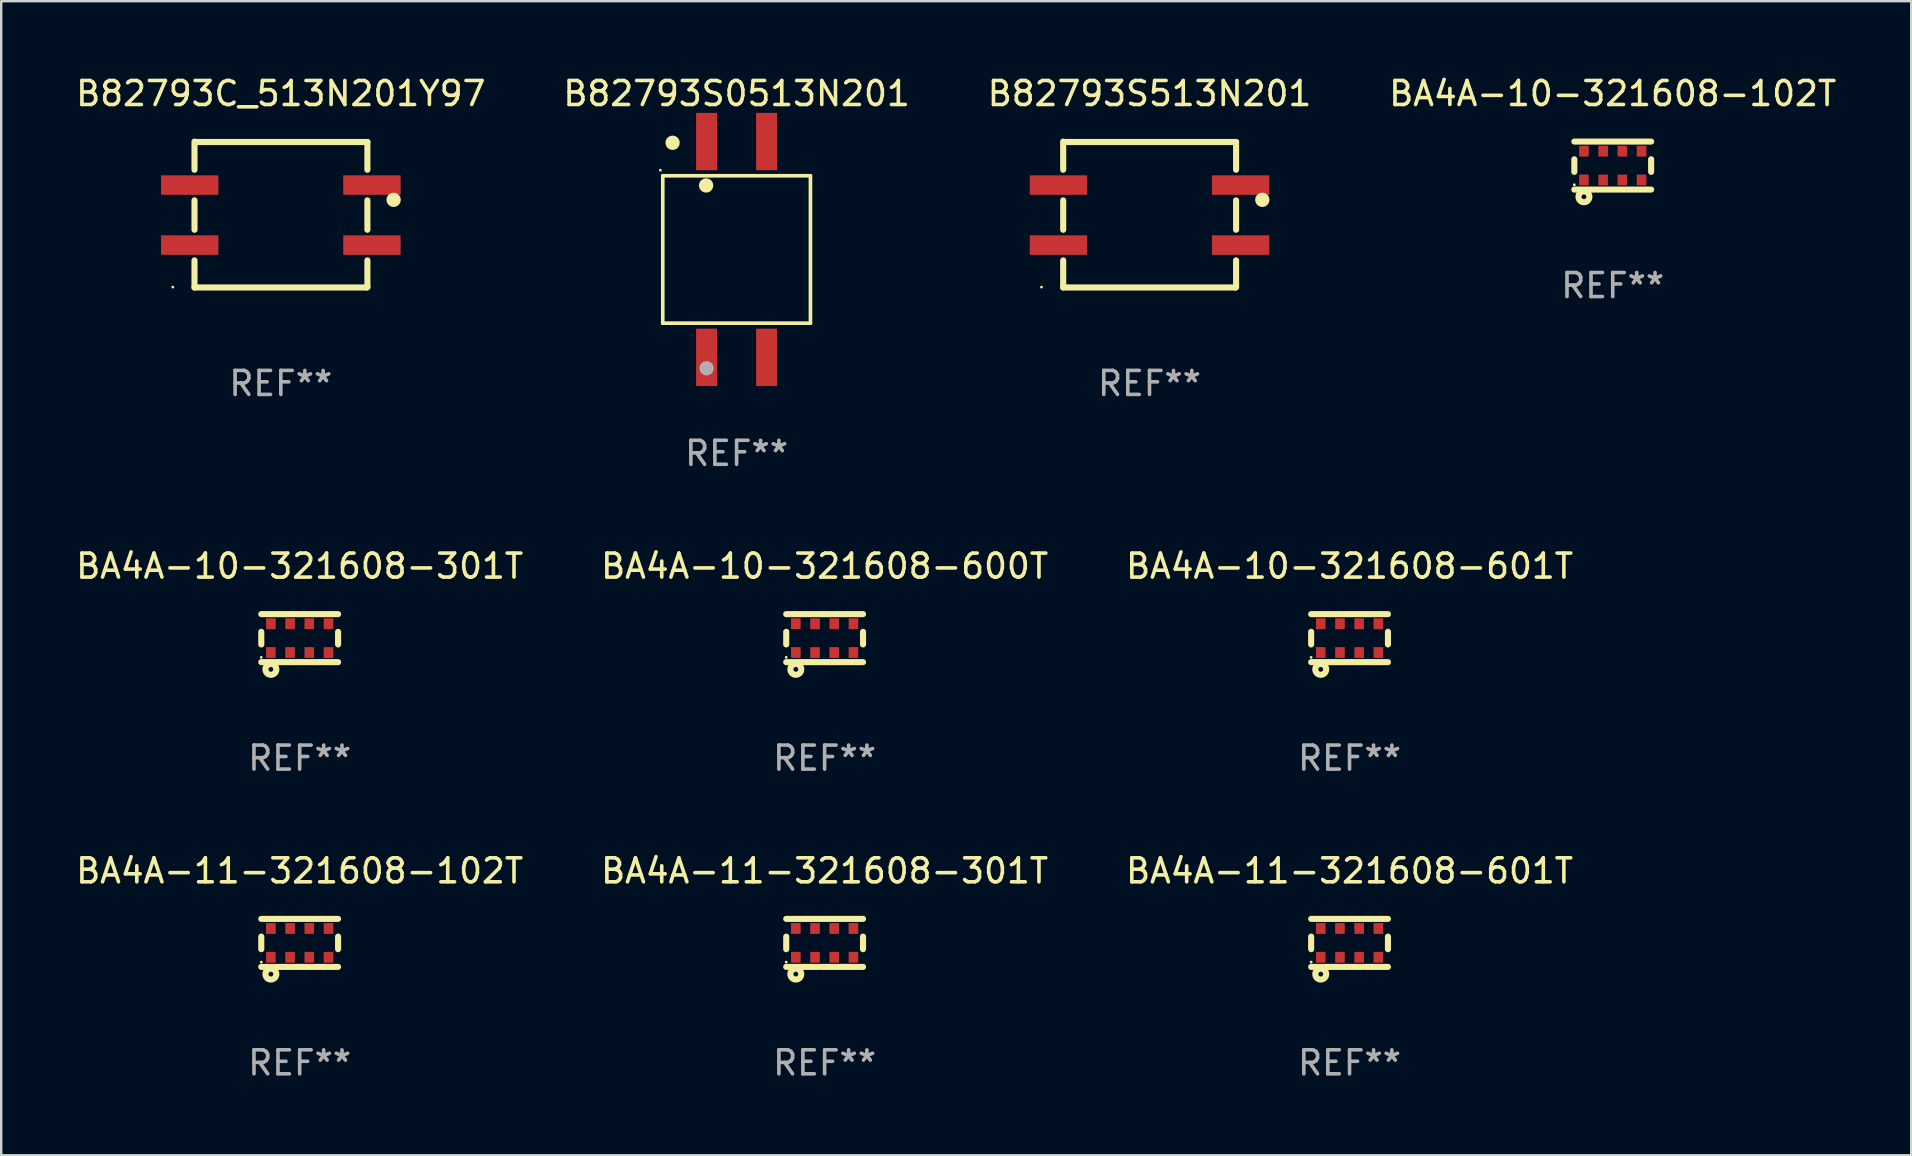
<source format=kicad_pcb>
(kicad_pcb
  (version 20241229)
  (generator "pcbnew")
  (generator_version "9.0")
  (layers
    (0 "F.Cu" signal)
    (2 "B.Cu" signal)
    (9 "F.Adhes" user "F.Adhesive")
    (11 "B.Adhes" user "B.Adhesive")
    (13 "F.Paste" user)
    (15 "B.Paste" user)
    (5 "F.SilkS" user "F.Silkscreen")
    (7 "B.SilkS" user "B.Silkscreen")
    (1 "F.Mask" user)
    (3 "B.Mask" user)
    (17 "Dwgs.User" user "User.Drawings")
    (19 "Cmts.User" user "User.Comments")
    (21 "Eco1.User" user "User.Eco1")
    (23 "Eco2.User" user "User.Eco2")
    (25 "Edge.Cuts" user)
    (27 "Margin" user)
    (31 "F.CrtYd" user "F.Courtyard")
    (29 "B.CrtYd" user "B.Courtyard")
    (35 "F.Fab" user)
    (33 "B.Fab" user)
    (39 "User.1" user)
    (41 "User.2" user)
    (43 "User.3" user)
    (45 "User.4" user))
  (footprint "BA4A-10-321608-102T"
    (layer "F.Cu")
    (at 64.137 3.848)
    (property "Reference" "BA4A-10-321608-102T" (at 0 -3 0) (layer "F.SilkS") (effects (font (size 1 1) (thickness 0.15))))
    (attr through_hole)
    (fp_line (start -1.6 0.262) (end -1.6 -0.262) (stroke (width 0.254) (type solid)) (layer "F.SilkS"))
    (fp_line (start -1.6 -1) (end 1.6 -1) (stroke (width 0.254) (type solid)) (layer "F.SilkS"))
    (fp_line (start -1.6 1) (end 1.6 1) (stroke (width 0.254) (type solid)) (layer "F.SilkS"))
    (fp_line (start 1.6 0.262) (end 1.6 -0.262) (stroke (width 0.254) (type solid)) (layer "F.SilkS"))
    (fp_circle (center -1.6 0.8) (end -1.57 0.8) (stroke (width 0.06) (type solid)) (fill no) (layer "F.SilkS"))
    (fp_circle (center -1.2 1.3) (end -1.1 1.3) (stroke (width 0.254) (type solid)) (fill no) (layer "F.SilkS"))
    (fp_text user "REF**" (at 0 5 0) (layer "F.Fab") (effects (font (size 1 1) (thickness 0.15))))
    (pad "1" smd rect (at -1.2 0.6 90) (size 0.45 0.4) (layers "F.Cu" "F.Mask" "F.Paste"))
    (pad "2" smd rect (at -1.2 -0.6 90) (size 0.45 0.4) (layers "F.Cu" "F.Mask" "F.Paste"))
    (pad "3" smd rect (at -0.4 0.6 90) (size 0.45 0.4) (layers "F.Cu" "F.Mask" "F.Paste"))
    (pad "4" smd rect (at -0.4 -0.6 90) (size 0.45 0.4) (layers "F.Cu" "F.Mask" "F.Paste"))
    (pad "5" smd rect (at 0.4 0.6 90) (size 0.45 0.4) (layers "F.Cu" "F.Mask" "F.Paste"))
    (pad "6" smd rect (at 0.4 -0.6 90) (size 0.45 0.4) (layers "F.Cu" "F.Mask" "F.Paste"))
    (pad "7" smd rect (at 1.2 0.6 90) (size 0.45 0.4) (layers "F.Cu" "F.Mask" "F.Paste"))
    (pad "8" smd rect (at 1.2 -0.6 90) (size 0.45 0.4) (layers "F.Cu" "F.Mask" "F.Paste")))
  (footprint "B82793C_513N201Y97"
    (layer "F.Cu")
    (at 8.649 5.887)
    (property "Reference" "B82793C_513N201Y97" (at 0 -5.039 0) (layer "F.SilkS") (effects (font (size 1 1) (thickness 0.15))))
    (attr through_hole)
    (fp_line (start -3.596 -3.039) (end -3.596 -1.865) (stroke (width 0.254) (type solid)) (layer "F.SilkS"))
    (fp_line (start -3.596 -0.59) (end -3.596 0.635) (stroke (width 0.254) (type solid)) (layer "F.SilkS"))
    (fp_line (start -3.596 1.91) (end -3.596 3.039) (stroke (width 0.254) (type solid)) (layer "F.SilkS"))
    (fp_line (start -3.596 3.039) (end 3.589 3.039) (stroke (width 0.254) (type solid)) (layer "F.SilkS"))
    (fp_line (start -3.542 -3.021) (end -3.578 -2.984) (stroke (width 0.254) (type solid)) (layer "F.SilkS"))
    (fp_line (start 3.589 3.039) (end 3.607 3.021) (stroke (width 0.254) (type solid)) (layer "F.SilkS"))
    (fp_line (start 3.607 -3.021) (end -3.542 -3.021) (stroke (width 0.254) (type solid)) (layer "F.SilkS"))
    (fp_line (start 3.607 -1.865) (end 3.607 -3.021) (stroke (width 0.254) (type solid)) (layer "F.SilkS"))
    (fp_line (start 3.607 0.635) (end 3.607 -0.59) (stroke (width 0.254) (type solid)) (layer "F.SilkS"))
    (fp_line (start 3.607 3.021) (end 3.607 1.91) (stroke (width 0.254) (type solid)) (layer "F.SilkS"))
    (fp_circle (center -4.5 3.023) (end -4.47 3.023) (stroke (width 0.06) (type solid)) (fill no) (layer "F.SilkS"))
    (fp_circle (center 4.699 -0.612) (end 4.849 -0.612) (stroke (width 0.3) (type solid)) (fill no) (layer "F.SilkS"))
    (fp_text user "REF**" (at 0 7.039 0) (layer "F.Fab") (effects (font (size 1 1) (thickness 0.15))))
    (pad "1" smd rect (at -3.795 1.273 90) (size 0.812 2.39) (layers "F.Cu" "F.Mask" "F.Paste"))
    (pad "2" smd rect (at 3.795 1.273 90) (size 0.812 2.39) (layers "F.Cu" "F.Mask" "F.Paste"))
    (pad "3" smd rect (at 3.795 -1.227 90) (size 0.812 2.39) (layers "F.Cu" "F.Mask" "F.Paste"))
    (pad "4" smd rect (at -3.795 -1.227 90) (size 0.812 2.39) (layers "F.Cu" "F.Mask" "F.Paste")))
  (footprint "BA4A-10-321608-600T"
    (layer "F.Cu")
    (at 31.304 23.535)
    (property "Reference" "BA4A-10-321608-600T" (at 0 -3 0) (layer "F.SilkS") (effects (font (size 1 1) (thickness 0.15))))
    (attr through_hole)
    (fp_line (start -1.6 0.262) (end -1.6 -0.262) (stroke (width 0.254) (type solid)) (layer "F.SilkS"))
    (fp_line (start -1.6 -1) (end 1.6 -1) (stroke (width 0.254) (type solid)) (layer "F.SilkS"))
    (fp_line (start -1.6 1) (end 1.6 1) (stroke (width 0.254) (type solid)) (layer "F.SilkS"))
    (fp_line (start 1.6 0.262) (end 1.6 -0.262) (stroke (width 0.254) (type solid)) (layer "F.SilkS"))
    (fp_circle (center -1.6 0.8) (end -1.57 0.8) (stroke (width 0.06) (type solid)) (fill no) (layer "F.SilkS"))
    (fp_circle (center -1.2 1.3) (end -1.1 1.3) (stroke (width 0.254) (type solid)) (fill no) (layer "F.SilkS"))
    (fp_text user "REF**" (at 0 5 0) (layer "F.Fab") (effects (font (size 1 1) (thickness 0.15))))
    (pad "1" smd rect (at -1.2 0.6 90) (size 0.45 0.4) (layers "F.Cu" "F.Mask" "F.Paste"))
    (pad "2" smd rect (at -1.2 -0.6 90) (size 0.45 0.4) (layers "F.Cu" "F.Mask" "F.Paste"))
    (pad "3" smd rect (at -0.4 0.6 90) (size 0.45 0.4) (layers "F.Cu" "F.Mask" "F.Paste"))
    (pad "4" smd rect (at -0.4 -0.6 90) (size 0.45 0.4) (layers "F.Cu" "F.Mask" "F.Paste"))
    (pad "5" smd rect (at 0.4 0.6 90) (size 0.45 0.4) (layers "F.Cu" "F.Mask" "F.Paste"))
    (pad "6" smd rect (at 0.4 -0.6 90) (size 0.45 0.4) (layers "F.Cu" "F.Mask" "F.Paste"))
    (pad "7" smd rect (at 1.2 0.6 90) (size 0.45 0.4) (layers "F.Cu" "F.Mask" "F.Paste"))
    (pad "8" smd rect (at 1.2 -0.6 90) (size 0.45 0.4) (layers "F.Cu" "F.Mask" "F.Paste")))
  (footprint "BA4A-11-321608-601T"
    (layer "F.Cu")
    (at 53.173 36.231)
    (property "Reference" "BA4A-11-321608-601T" (at 0 -3 0) (layer "F.SilkS") (effects (font (size 1 1) (thickness 0.15))))
    (attr through_hole)
    (fp_line (start -1.6 0.262) (end -1.6 -0.262) (stroke (width 0.254) (type solid)) (layer "F.SilkS"))
    (fp_line (start -1.6 -1) (end 1.6 -1) (stroke (width 0.254) (type solid)) (layer "F.SilkS"))
    (fp_line (start -1.6 1) (end 1.6 1) (stroke (width 0.254) (type solid)) (layer "F.SilkS"))
    (fp_line (start 1.6 0.262) (end 1.6 -0.262) (stroke (width 0.254) (type solid)) (layer "F.SilkS"))
    (fp_circle (center -1.6 0.8) (end -1.57 0.8) (stroke (width 0.06) (type solid)) (fill no) (layer "F.SilkS"))
    (fp_circle (center -1.2 1.3) (end -1.1 1.3) (stroke (width 0.254) (type solid)) (fill no) (layer "F.SilkS"))
    (fp_text user "REF**" (at 0 5 0) (layer "F.Fab") (effects (font (size 1 1) (thickness 0.15))))
    (pad "1" smd rect (at -1.2 0.6 90) (size 0.45 0.4) (layers "F.Cu" "F.Mask" "F.Paste"))
    (pad "2" smd rect (at -1.2 -0.6 90) (size 0.45 0.4) (layers "F.Cu" "F.Mask" "F.Paste"))
    (pad "3" smd rect (at -0.4 0.6 90) (size 0.45 0.4) (layers "F.Cu" "F.Mask" "F.Paste"))
    (pad "4" smd rect (at -0.4 -0.6 90) (size 0.45 0.4) (layers "F.Cu" "F.Mask" "F.Paste"))
    (pad "5" smd rect (at 0.4 0.6 90) (size 0.45 0.4) (layers "F.Cu" "F.Mask" "F.Paste"))
    (pad "6" smd rect (at 0.4 -0.6 90) (size 0.45 0.4) (layers "F.Cu" "F.Mask" "F.Paste"))
    (pad "7" smd rect (at 1.2 0.6 90) (size 0.45 0.4) (layers "F.Cu" "F.Mask" "F.Paste"))
    (pad "8" smd rect (at 1.2 -0.6 90) (size 0.45 0.4) (layers "F.Cu" "F.Mask" "F.Paste")))
  (footprint "B82793S513N201"
    (layer "F.Cu")
    (at 44.839 5.887)
    (property "Reference" "B82793S513N201" (at 0 -5.039 0) (layer "F.SilkS") (effects (font (size 1 1) (thickness 0.15))))
    (attr through_hole)
    (fp_line (start -3.596 -3.039) (end -3.596 -1.865) (stroke (width 0.254) (type solid)) (layer "F.SilkS"))
    (fp_line (start -3.596 -0.59) (end -3.596 0.635) (stroke (width 0.254) (type solid)) (layer "F.SilkS"))
    (fp_line (start -3.596 1.91) (end -3.596 3.039) (stroke (width 0.254) (type solid)) (layer "F.SilkS"))
    (fp_line (start -3.596 3.039) (end 3.589 3.039) (stroke (width 0.254) (type solid)) (layer "F.SilkS"))
    (fp_line (start -3.542 -3.021) (end -3.578 -2.984) (stroke (width 0.254) (type solid)) (layer "F.SilkS"))
    (fp_line (start 3.589 3.039) (end 3.607 3.021) (stroke (width 0.254) (type solid)) (layer "F.SilkS"))
    (fp_line (start 3.607 -3.021) (end -3.542 -3.021) (stroke (width 0.254) (type solid)) (layer "F.SilkS"))
    (fp_line (start 3.607 -1.865) (end 3.607 -3.021) (stroke (width 0.254) (type solid)) (layer "F.SilkS"))
    (fp_line (start 3.607 0.635) (end 3.607 -0.59) (stroke (width 0.254) (type solid)) (layer "F.SilkS"))
    (fp_line (start 3.607 3.021) (end 3.607 1.91) (stroke (width 0.254) (type solid)) (layer "F.SilkS"))
    (fp_circle (center -4.5 3.023) (end -4.47 3.023) (stroke (width 0.06) (type solid)) (fill no) (layer "F.SilkS"))
    (fp_circle (center 4.699 -0.612) (end 4.849 -0.612) (stroke (width 0.3) (type solid)) (fill no) (layer "F.SilkS"))
    (fp_text user "REF**" (at 0 7.039 0) (layer "F.Fab") (effects (font (size 1 1) (thickness 0.15))))
    (pad "1" smd rect (at -3.795 1.273 90) (size 0.812 2.39) (layers "F.Cu" "F.Mask" "F.Paste"))
    (pad "2" smd rect (at 3.795 1.273 90) (size 0.812 2.39) (layers "F.Cu" "F.Mask" "F.Paste"))
    (pad "3" smd rect (at 3.795 -1.227 90) (size 0.812 2.39) (layers "F.Cu" "F.Mask" "F.Paste"))
    (pad "4" smd rect (at -3.795 -1.227 90) (size 0.812 2.39) (layers "F.Cu" "F.Mask" "F.Paste")))
  (footprint "BA4A-11-321608-301T"
    (layer "F.Cu")
    (at 31.304 36.231)
    (property "Reference" "BA4A-11-321608-301T" (at 0 -3 0) (layer "F.SilkS") (effects (font (size 1 1) (thickness 0.15))))
    (attr through_hole)
    (fp_line (start -1.6 0.262) (end -1.6 -0.262) (stroke (width 0.254) (type solid)) (layer "F.SilkS"))
    (fp_line (start -1.6 -1) (end 1.6 -1) (stroke (width 0.254) (type solid)) (layer "F.SilkS"))
    (fp_line (start -1.6 1) (end 1.6 1) (stroke (width 0.254) (type solid)) (layer "F.SilkS"))
    (fp_line (start 1.6 0.262) (end 1.6 -0.262) (stroke (width 0.254) (type solid)) (layer "F.SilkS"))
    (fp_circle (center -1.6 0.8) (end -1.57 0.8) (stroke (width 0.06) (type solid)) (fill no) (layer "F.SilkS"))
    (fp_circle (center -1.2 1.3) (end -1.1 1.3) (stroke (width 0.254) (type solid)) (fill no) (layer "F.SilkS"))
    (fp_text user "REF**" (at 0 5 0) (layer "F.Fab") (effects (font (size 1 1) (thickness 0.15))))
    (pad "1" smd rect (at -1.2 0.6 90) (size 0.45 0.4) (layers "F.Cu" "F.Mask" "F.Paste"))
    (pad "2" smd rect (at -1.2 -0.6 90) (size 0.45 0.4) (layers "F.Cu" "F.Mask" "F.Paste"))
    (pad "3" smd rect (at -0.4 0.6 90) (size 0.45 0.4) (layers "F.Cu" "F.Mask" "F.Paste"))
    (pad "4" smd rect (at -0.4 -0.6 90) (size 0.45 0.4) (layers "F.Cu" "F.Mask" "F.Paste"))
    (pad "5" smd rect (at 0.4 0.6 90) (size 0.45 0.4) (layers "F.Cu" "F.Mask" "F.Paste"))
    (pad "6" smd rect (at 0.4 -0.6 90) (size 0.45 0.4) (layers "F.Cu" "F.Mask" "F.Paste"))
    (pad "7" smd rect (at 1.2 0.6 90) (size 0.45 0.4) (layers "F.Cu" "F.Mask" "F.Paste"))
    (pad "8" smd rect (at 1.2 -0.6 90) (size 0.45 0.4) (layers "F.Cu" "F.Mask" "F.Paste")))
  (footprint "BA4A-11-321608-102T"
    (layer "F.Cu")
    (at 9.435 36.231)
    (property "Reference" "BA4A-11-321608-102T" (at 0 -3 0) (layer "F.SilkS") (effects (font (size 1 1) (thickness 0.15))))
    (attr through_hole)
    (fp_line (start -1.6 0.262) (end -1.6 -0.262) (stroke (width 0.254) (type solid)) (layer "F.SilkS"))
    (fp_line (start -1.6 -1) (end 1.6 -1) (stroke (width 0.254) (type solid)) (layer "F.SilkS"))
    (fp_line (start -1.6 1) (end 1.6 1) (stroke (width 0.254) (type solid)) (layer "F.SilkS"))
    (fp_line (start 1.6 0.262) (end 1.6 -0.262) (stroke (width 0.254) (type solid)) (layer "F.SilkS"))
    (fp_circle (center -1.6 0.8) (end -1.57 0.8) (stroke (width 0.06) (type solid)) (fill no) (layer "F.SilkS"))
    (fp_circle (center -1.2 1.3) (end -1.1 1.3) (stroke (width 0.254) (type solid)) (fill no) (layer "F.SilkS"))
    (fp_text user "REF**" (at 0 5 0) (layer "F.Fab") (effects (font (size 1 1) (thickness 0.15))))
    (pad "1" smd rect (at -1.2 0.6 90) (size 0.45 0.4) (layers "F.Cu" "F.Mask" "F.Paste"))
    (pad "2" smd rect (at -1.2 -0.6 90) (size 0.45 0.4) (layers "F.Cu" "F.Mask" "F.Paste"))
    (pad "3" smd rect (at -0.4 0.6 90) (size 0.45 0.4) (layers "F.Cu" "F.Mask" "F.Paste"))
    (pad "4" smd rect (at -0.4 -0.6 90) (size 0.45 0.4) (layers "F.Cu" "F.Mask" "F.Paste"))
    (pad "5" smd rect (at 0.4 0.6 90) (size 0.45 0.4) (layers "F.Cu" "F.Mask" "F.Paste"))
    (pad "6" smd rect (at 0.4 -0.6 90) (size 0.45 0.4) (layers "F.Cu" "F.Mask" "F.Paste"))
    (pad "7" smd rect (at 1.2 0.6 90) (size 0.45 0.4) (layers "F.Cu" "F.Mask" "F.Paste"))
    (pad "8" smd rect (at 1.2 -0.6 90) (size 0.45 0.4) (layers "F.Cu" "F.Mask" "F.Paste")))
  (footprint "BA4A-10-321608-601T"
    (layer "F.Cu")
    (at 53.173 23.535)
    (property "Reference" "BA4A-10-321608-601T" (at 0 -3 0) (layer "F.SilkS") (effects (font (size 1 1) (thickness 0.15))))
    (attr through_hole)
    (fp_line (start -1.6 0.262) (end -1.6 -0.262) (stroke (width 0.254) (type solid)) (layer "F.SilkS"))
    (fp_line (start -1.6 -1) (end 1.6 -1) (stroke (width 0.254) (type solid)) (layer "F.SilkS"))
    (fp_line (start -1.6 1) (end 1.6 1) (stroke (width 0.254) (type solid)) (layer "F.SilkS"))
    (fp_line (start 1.6 0.262) (end 1.6 -0.262) (stroke (width 0.254) (type solid)) (layer "F.SilkS"))
    (fp_circle (center -1.6 0.8) (end -1.57 0.8) (stroke (width 0.06) (type solid)) (fill no) (layer "F.SilkS"))
    (fp_circle (center -1.2 1.3) (end -1.1 1.3) (stroke (width 0.254) (type solid)) (fill no) (layer "F.SilkS"))
    (fp_text user "REF**" (at 0 5 0) (layer "F.Fab") (effects (font (size 1 1) (thickness 0.15))))
    (pad "1" smd rect (at -1.2 0.6 90) (size 0.45 0.4) (layers "F.Cu" "F.Mask" "F.Paste"))
    (pad "2" smd rect (at -1.2 -0.6 90) (size 0.45 0.4) (layers "F.Cu" "F.Mask" "F.Paste"))
    (pad "3" smd rect (at -0.4 0.6 90) (size 0.45 0.4) (layers "F.Cu" "F.Mask" "F.Paste"))
    (pad "4" smd rect (at -0.4 -0.6 90) (size 0.45 0.4) (layers "F.Cu" "F.Mask" "F.Paste"))
    (pad "5" smd rect (at 0.4 0.6 90) (size 0.45 0.4) (layers "F.Cu" "F.Mask" "F.Paste"))
    (pad "6" smd rect (at 0.4 -0.6 90) (size 0.45 0.4) (layers "F.Cu" "F.Mask" "F.Paste"))
    (pad "7" smd rect (at 1.2 0.6 90) (size 0.45 0.4) (layers "F.Cu" "F.Mask" "F.Paste"))
    (pad "8" smd rect (at 1.2 -0.6 90) (size 0.45 0.4) (layers "F.Cu" "F.Mask" "F.Paste")))
  (footprint "B82793S0513N201"
    (layer "F.Cu")
    (at 27.637 7.343)
    (property "Reference" "B82793S0513N201" (at 0 -6.495 0) (layer "F.SilkS") (effects (font (size 1 1) (thickness 0.15))))
    (attr through_hole)
    (fp_line (start -3.076 -3.071) (end 3.076 -3.071) (stroke (width 0.152) (type solid)) (layer "F.SilkS"))
    (fp_line (start -3.076 3.071) (end -3.076 -3.071) (stroke (width 0.152) (type solid)) (layer "F.SilkS"))
    (fp_line (start 3.076 -3.071) (end 3.076 3.071) (stroke (width 0.152) (type solid)) (layer "F.SilkS"))
    (fp_line (start 3.076 3.071) (end -3.076 3.071) (stroke (width 0.152) (type solid)) (layer "F.SilkS"))
    (fp_circle (center -3.175 -3.302) (end -3.145 -3.302) (stroke (width 0.06) (type solid)) (fill no) (layer "F.SilkS"))
    (fp_circle (center -2.667 -4.445) (end -2.517 -4.445) (stroke (width 0.3) (type solid)) (fill no) (layer "F.SilkS"))
    (fp_circle (center -1.27 -2.667) (end -1.12 -2.667) (stroke (width 0.3) (type solid)) (fill no) (layer "F.SilkS"))
    (fp_circle (center -1.25 4.95) (end -1.1 4.95) (stroke (width 0.3) (type solid)) (fill no) (layer "F.Fab"))
    (fp_text user "REF**" (at 0 8.495 0) (layer "F.Fab") (effects (font (size 1 1) (thickness 0.15))))
    (pad "1" smd rect (at -1.25 -4.495) (size 0.875 2.39) (layers "F.Cu" "F.Mask" "F.Paste"))
    (pad "2" smd rect (at -1.25 4.495) (size 0.875 2.39) (layers "F.Cu" "F.Mask" "F.Paste"))
    (pad "3" smd rect (at 1.25 4.495) (size 0.875 2.39) (layers "F.Cu" "F.Mask" "F.Paste"))
    (pad "4" smd rect (at 1.25 -4.495) (size 0.875 2.39) (layers "F.Cu" "F.Mask" "F.Paste")))
  (footprint "BA4A-10-321608-301T"
    (layer "F.Cu")
    (at 9.435 23.535)
    (property "Reference" "BA4A-10-321608-301T" (at 0 -3 0) (layer "F.SilkS") (effects (font (size 1 1) (thickness 0.15))))
    (attr through_hole)
    (fp_line (start -1.6 0.262) (end -1.6 -0.262) (stroke (width 0.254) (type solid)) (layer "F.SilkS"))
    (fp_line (start -1.6 -1) (end 1.6 -1) (stroke (width 0.254) (type solid)) (layer "F.SilkS"))
    (fp_line (start -1.6 1) (end 1.6 1) (stroke (width 0.254) (type solid)) (layer "F.SilkS"))
    (fp_line (start 1.6 0.262) (end 1.6 -0.262) (stroke (width 0.254) (type solid)) (layer "F.SilkS"))
    (fp_circle (center -1.6 0.8) (end -1.57 0.8) (stroke (width 0.06) (type solid)) (fill no) (layer "F.SilkS"))
    (fp_circle (center -1.2 1.3) (end -1.1 1.3) (stroke (width 0.254) (type solid)) (fill no) (layer "F.SilkS"))
    (fp_text user "REF**" (at 0 5 0) (layer "F.Fab") (effects (font (size 1 1) (thickness 0.15))))
    (pad "1" smd rect (at -1.2 0.6 90) (size 0.45 0.4) (layers "F.Cu" "F.Mask" "F.Paste"))
    (pad "2" smd rect (at -1.2 -0.6 90) (size 0.45 0.4) (layers "F.Cu" "F.Mask" "F.Paste"))
    (pad "3" smd rect (at -0.4 0.6 90) (size 0.45 0.4) (layers "F.Cu" "F.Mask" "F.Paste"))
    (pad "4" smd rect (at -0.4 -0.6 90) (size 0.45 0.4) (layers "F.Cu" "F.Mask" "F.Paste"))
    (pad "5" smd rect (at 0.4 0.6 90) (size 0.45 0.4) (layers "F.Cu" "F.Mask" "F.Paste"))
    (pad "6" smd rect (at 0.4 -0.6 90) (size 0.45 0.4) (layers "F.Cu" "F.Mask" "F.Paste"))
    (pad "7" smd rect (at 1.2 0.6 90) (size 0.45 0.4) (layers "F.Cu" "F.Mask" "F.Paste"))
    (pad "8" smd rect (at 1.2 -0.6 90) (size 0.45 0.4) (layers "F.Cu" "F.Mask" "F.Paste")))
  (gr_rect
    (start -3 -3)
    (end 76.571 45.08)
    (stroke (width 0.1) (type default))
    (fill no)
    (layer "Edge.Cuts")))
</source>
